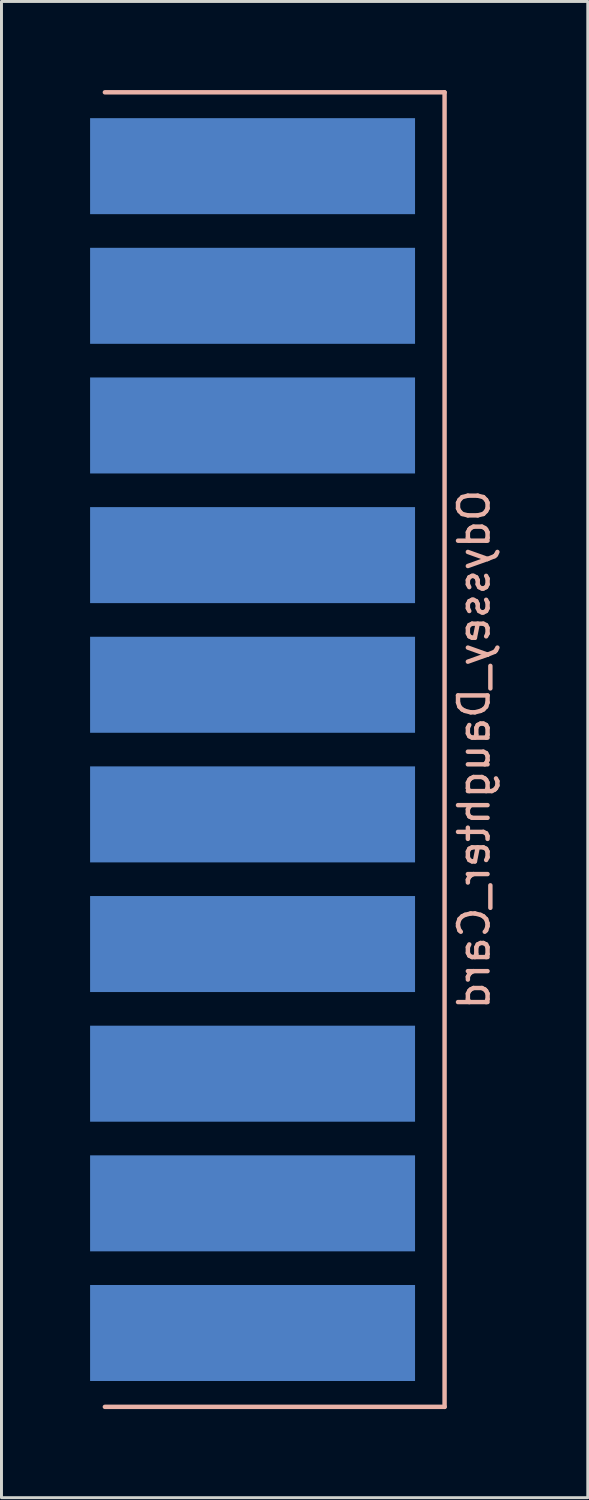
<source format=kicad_pcb>
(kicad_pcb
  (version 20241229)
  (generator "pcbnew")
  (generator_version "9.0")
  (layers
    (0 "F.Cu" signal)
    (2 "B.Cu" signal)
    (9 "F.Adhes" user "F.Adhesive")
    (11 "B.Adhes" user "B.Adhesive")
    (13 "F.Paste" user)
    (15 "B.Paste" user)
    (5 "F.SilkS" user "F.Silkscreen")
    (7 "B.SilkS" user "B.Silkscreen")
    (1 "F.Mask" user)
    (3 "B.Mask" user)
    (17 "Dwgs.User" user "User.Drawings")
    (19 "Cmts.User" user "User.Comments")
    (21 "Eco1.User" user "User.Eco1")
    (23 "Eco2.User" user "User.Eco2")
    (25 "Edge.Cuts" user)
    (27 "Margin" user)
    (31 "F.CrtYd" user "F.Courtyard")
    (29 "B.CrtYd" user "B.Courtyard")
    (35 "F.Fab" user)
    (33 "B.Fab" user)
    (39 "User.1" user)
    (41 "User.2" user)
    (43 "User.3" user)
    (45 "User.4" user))
  (footprint "Odyssey_Daughter_Card"
    (layer "F.Cu")
    (at 5.5 22.325)
    (property "Reference" "Odyssey_Daughter_Card" (at 7.5 0 90) (layer "B.SilkS") (effects (font (size 1 1) (thickness 0.15)) (justify mirror)))
    (attr through_hole)
    (fp_line (start -5 -22.25) (end 6.5 -22.25) (stroke (width 0.15) (type solid)) (layer "B.SilkS"))
    (fp_line (start 6.5 -22.25) (end 6.5 22.25) (stroke (width 0.15) (type solid)) (layer "B.SilkS"))
    (fp_line (start 6.5 22.25) (end -5 22.25) (stroke (width 0.15) (type solid)) (layer "B.SilkS"))
    (pad "1" smd rect (at 0 19.75) (size 11 3.25) (layers "B.Cu" "B.Mask"))
    (pad "2" smd rect (at 0 15.361) (size 11 3.25) (layers "B.Cu" "B.Mask"))
    (pad "3" smd rect (at 0 10.972) (size 11 3.25) (layers "B.Cu" "B.Mask"))
    (pad "4" smd rect (at 0 6.583) (size 11 3.25) (layers "B.Cu" "B.Mask"))
    (pad "5" smd rect (at 0 2.194) (size 11 3.25) (layers "B.Cu" "B.Mask"))
    (pad "6" smd rect (at 0 -2.194) (size 11 3.25) (layers "B.Cu" "B.Mask"))
    (pad "7" smd rect (at 0 -6.583) (size 11 3.25) (layers "B.Cu" "B.Mask"))
    (pad "8" smd rect (at 0 -10.972) (size 11 3.25) (layers "B.Cu" "B.Mask"))
    (pad "9" smd rect (at 0 -15.361) (size 11 3.25) (layers "B.Cu" "B.Mask"))
    (pad "10" smd rect (at 0 -19.75) (size 11 3.25) (layers "B.Cu" "B.Mask")))
  (gr_rect
    (start -3 -3)
    (end 16.848 47.65)
    (stroke (width 0.1) (type default))
    (fill no)
    (layer "Edge.Cuts")))
</source>
